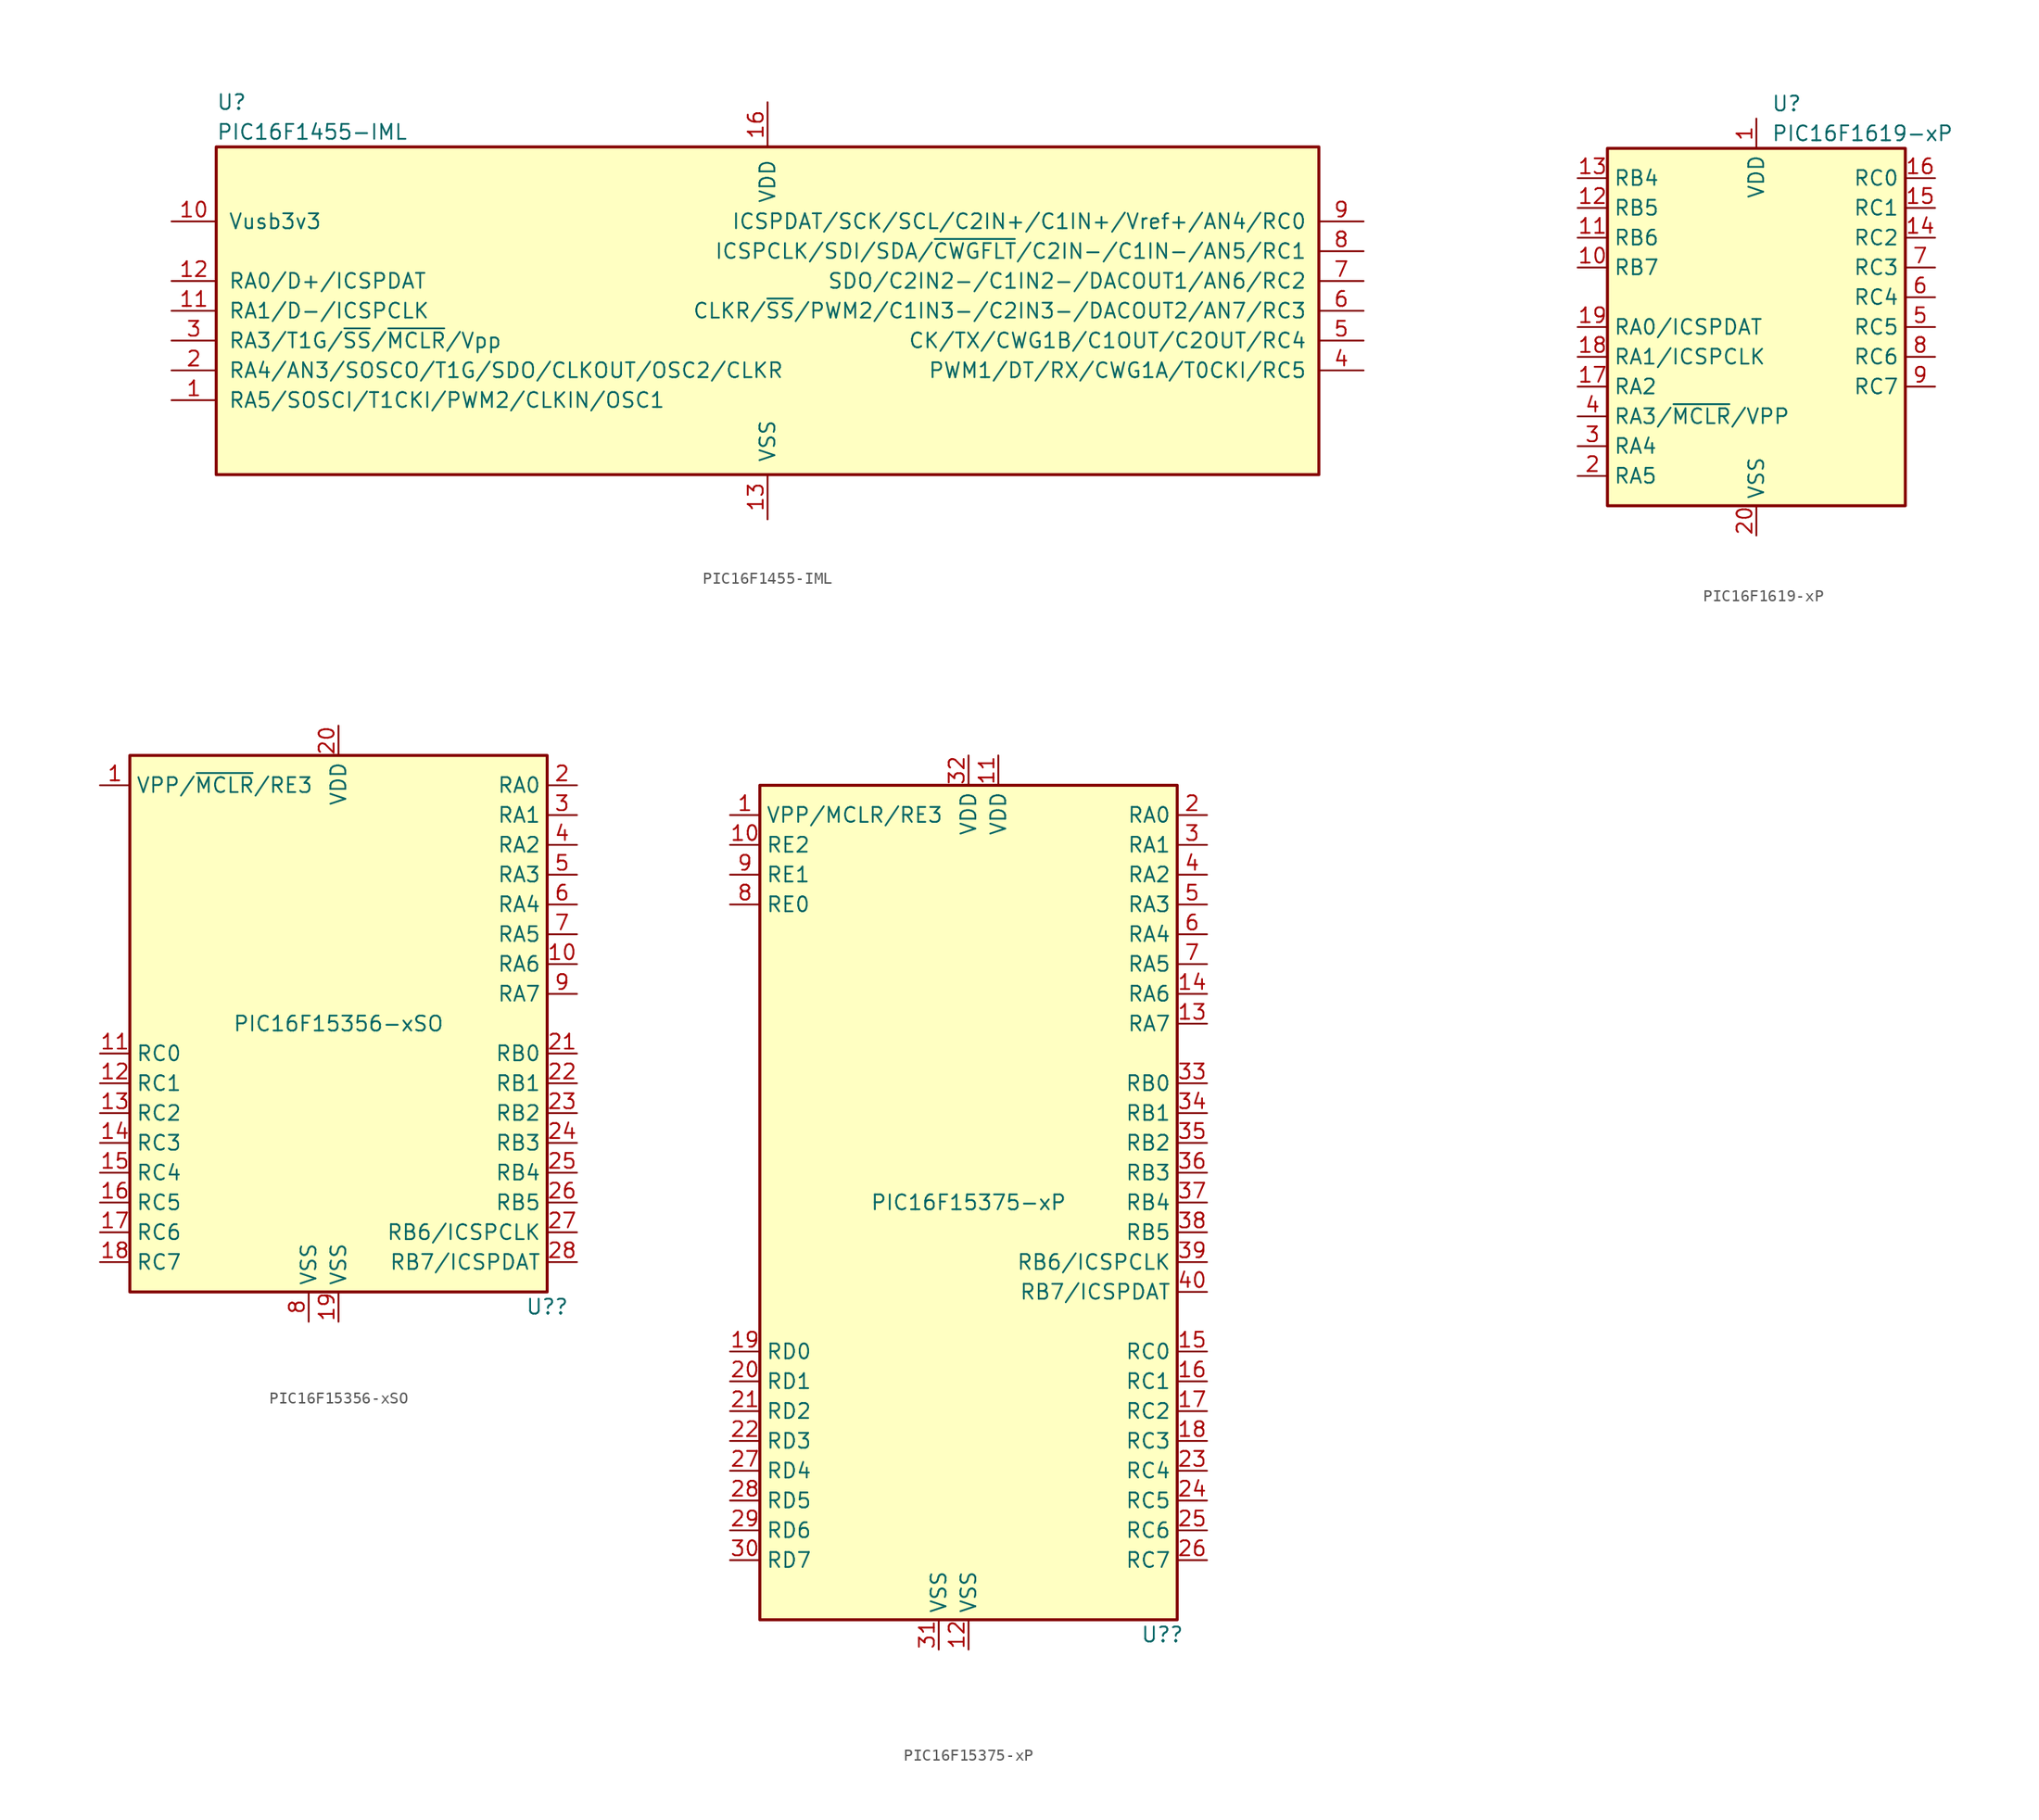
<source format=kicad_sym>
(kicad_symbol_lib
  (version 20201005)
  (generator kicad_symbol_editor)
  (symbol "PIC16F1455-IML"
    (pin_names
      (offset 1.016))
    (property "Reference" "U"
      (at -46.99 17.78 0)
      (effects (font (size 1.27 1.27)) (justify left)))
    (property "Value" "PIC16F1455-IML"
      (at -46.99 15.24 0)
      (effects (font (size 1.27 1.27)) (justify left)))
    (symbol "PIC16F1455-IML_0_1"
      (rectangle (start -46.99 13.97) (end 46.99 -13.97) (stroke (width 0.254)) (fill (type background))))
    (symbol "PIC16F1455-IML_1_1"
      (pin bidirectional line (at -50.8 -7.62 0) (length 3.81) (name "RA5/SOSCI/T1CKI/PWM2/CLKIN/OSC1" (effects (font (size 1.27 1.27)))) (number "1" (effects (font (size 1.27 1.27)))))
      (pin bidirectional line (at -50.8 7.62 0) (length 3.81) (name "Vusb3v3" (effects (font (size 1.27 1.27)))) (number "10" (effects (font (size 1.27 1.27)))))
      (pin bidirectional line (at -50.8 0 0) (length 3.81) (name "RA1/D-/ICSPCLK" (effects (font (size 1.27 1.27)))) (number "11" (effects (font (size 1.27 1.27)))))
      (pin bidirectional line (at -50.8 2.54 0) (length 3.81) (name "RA0/D+/ICSPDAT" (effects (font (size 1.27 1.27)))) (number "12" (effects (font (size 1.27 1.27)))))
      (pin power_in line (at 0 -17.78 90) (length 3.81) (name "VSS" (effects (font (size 1.27 1.27)))) (number "13" (effects (font (size 1.27 1.27)))))
      (pin power_in line (at 0 17.78 270) (length 3.81) (name "VDD" (effects (font (size 1.27 1.27)))) (number "16" (effects (font (size 1.27 1.27)))))
      (pin bidirectional line (at -50.8 -5.08 0) (length 3.81) (name "RA4/AN3/SOSCO/T1G/SDO/CLKOUT/OSC2/CLKR" (effects (font (size 1.27 1.27)))) (number "2" (effects (font (size 1.27 1.27)))))
      (pin input line (at -50.8 -2.54 0) (length 3.81) (name "RA3/T1G/~SS~/~MCLR~/Vpp" (effects (font (size 1.27 1.27)))) (number "3" (effects (font (size 1.27 1.27)))))
      (pin bidirectional line (at 50.8 -5.08 180) (length 3.81) (name "PWM1/DT/RX/CWG1A/T0CKI/RC5" (effects (font (size 1.27 1.27)))) (number "4" (effects (font (size 1.27 1.27)))))
      (pin bidirectional line (at 50.8 -2.54 180) (length 3.81) (name "CK/TX/CWG1B/C1OUT/C2OUT/RC4" (effects (font (size 1.27 1.27)))) (number "5" (effects (font (size 1.27 1.27)))))
      (pin bidirectional line (at 50.8 0 180) (length 3.81) (name "CLKR/~SS~/PWM2/C1IN3-/C2IN3-/DACOUT2/AN7/RC3" (effects (font (size 1.27 1.27)))) (number "6" (effects (font (size 1.27 1.27)))))
      (pin bidirectional line (at 50.8 2.54 180) (length 3.81) (name "SDO/C2IN2-/C1IN2-/DACOUT1/AN6/RC2" (effects (font (size 1.27 1.27)))) (number "7" (effects (font (size 1.27 1.27)))))
      (pin bidirectional line (at 50.8 5.08 180) (length 3.81) (name "ICSPCLK/SDI/SDA/~CWGFLT~/C2IN-/C1IN-/AN5/RC1" (effects (font (size 1.27 1.27)))) (number "8" (effects (font (size 1.27 1.27)))))
      (pin bidirectional line (at 50.8 7.62 180) (length 3.81) (name "ICSPDAT/SCK/SCL/C2IN+/C1IN+/Vref+/AN4/RC0" (effects (font (size 1.27 1.27)))) (number "9" (effects (font (size 1.27 1.27)))))))
  (symbol "PIC16F1619-xP"
    (property "Reference" "U"
      (at 1.27 19.05 0)
      (effects (font (size 1.27 1.27)) (justify left)))
    (property "Value" "PIC16F1619-xP"
      (at 1.27 16.51 0)
      (effects (font (size 1.27 1.27)) (justify left)))
    (symbol "PIC16F1619-xP_0_1"
      (rectangle (start -12.7 15.24) (end 12.7 -15.24) (stroke (width 0.254)) (fill (type background))))
    (symbol "PIC16F1619-xP_1_1"
      (pin power_in line (at 0 17.78 270) (length 2.54) (name "VDD" (effects (font (size 1.27 1.27)))) (number "1" (effects (font (size 1.27 1.27)))))
      (pin bidirectional line (at -15.24 5.08 0) (length 2.54) (name "RB7" (effects (font (size 1.27 1.27)))) (number "10" (effects (font (size 1.27 1.27)))))
      (pin bidirectional line (at -15.24 7.62 0) (length 2.54) (name "RB6" (effects (font (size 1.27 1.27)))) (number "11" (effects (font (size 1.27 1.27)))))
      (pin bidirectional line (at -15.24 10.16 0) (length 2.54) (name "RB5" (effects (font (size 1.27 1.27)))) (number "12" (effects (font (size 1.27 1.27)))))
      (pin bidirectional line (at -15.24 12.7 0) (length 2.54) (name "RB4" (effects (font (size 1.27 1.27)))) (number "13" (effects (font (size 1.27 1.27)))))
      (pin bidirectional line (at 15.24 7.62 180) (length 2.54) (name "RC2" (effects (font (size 1.27 1.27)))) (number "14" (effects (font (size 1.27 1.27)))))
      (pin bidirectional line (at 15.24 10.16 180) (length 2.54) (name "RC1" (effects (font (size 1.27 1.27)))) (number "15" (effects (font (size 1.27 1.27)))))
      (pin bidirectional line (at 15.24 12.7 180) (length 2.54) (name "RC0" (effects (font (size 1.27 1.27)))) (number "16" (effects (font (size 1.27 1.27)))))
      (pin bidirectional line (at -15.24 -5.08 0) (length 2.54) (name "RA2" (effects (font (size 1.27 1.27)))) (number "17" (effects (font (size 1.27 1.27)))))
      (pin bidirectional line (at -15.24 -2.54 0) (length 2.54) (name "RA1/ICSPCLK" (effects (font (size 1.27 1.27)))) (number "18" (effects (font (size 1.27 1.27)))))
      (pin bidirectional line (at -15.24 0 0) (length 2.54) (name "RA0/ICSPDAT" (effects (font (size 1.27 1.27)))) (number "19" (effects (font (size 1.27 1.27)))))
      (pin bidirectional line (at -15.24 -12.7 0) (length 2.54) (name "RA5" (effects (font (size 1.27 1.27)))) (number "2" (effects (font (size 1.27 1.27)))))
      (pin power_in line (at 0 -17.78 90) (length 2.54) (name "VSS" (effects (font (size 1.27 1.27)))) (number "20" (effects (font (size 1.27 1.27)))))
      (pin bidirectional line (at -15.24 -10.16 0) (length 2.54) (name "RA4" (effects (font (size 1.27 1.27)))) (number "3" (effects (font (size 1.27 1.27)))))
      (pin bidirectional line (at -15.24 -7.62 0) (length 2.54) (name "RA3/~MCLR~/VPP" (effects (font (size 1.27 1.27)))) (number "4" (effects (font (size 1.27 1.27)))))
      (pin bidirectional line (at 15.24 0 180) (length 2.54) (name "RC5" (effects (font (size 1.27 1.27)))) (number "5" (effects (font (size 1.27 1.27)))))
      (pin bidirectional line (at 15.24 2.54 180) (length 2.54) (name "RC4" (effects (font (size 1.27 1.27)))) (number "6" (effects (font (size 1.27 1.27)))))
      (pin bidirectional line (at 15.24 5.08 180) (length 2.54) (name "RC3" (effects (font (size 1.27 1.27)))) (number "7" (effects (font (size 1.27 1.27)))))
      (pin bidirectional line (at 15.24 -2.54 180) (length 2.54) (name "RC6" (effects (font (size 1.27 1.27)))) (number "8" (effects (font (size 1.27 1.27)))))
      (pin bidirectional line (at 15.24 -5.08 180) (length 2.54) (name "RC7" (effects (font (size 1.27 1.27)))) (number "9" (effects (font (size 1.27 1.27)))))))
  (symbol "PIC16F15356-xSO"
    (property "Reference" "U?"
      (at 17.78 -24.13 0)
      (effects (font (size 1.27 1.27))))
    (property "Value" "PIC16F15356-xSO"
      (at 0 0 0)
      (effects (font (size 1.27 1.27))))
    (symbol "PIC16F15356-xSO_0_1"
      (rectangle (start 17.78 22.86) (end -17.78 -22.86) (stroke (width 0.254)) (fill (type background))))
    (symbol "PIC16F15356-xSO_1_1"
      (pin bidirectional line (at -20.32 20.32 0) (length 2.54) (name "VPP/~MCLR~/RE3" (effects (font (size 1.27 1.27)))) (number "1" (effects (font (size 1.27 1.27)))))
      (pin bidirectional line (at 20.32 5.08 180) (length 2.54) (name "RA6" (effects (font (size 1.27 1.27)))) (number "10" (effects (font (size 1.27 1.27)))))
      (pin bidirectional line (at -20.32 -2.54 0) (length 2.54) (name "RC0" (effects (font (size 1.27 1.27)))) (number "11" (effects (font (size 1.27 1.27)))))
      (pin bidirectional line (at -20.32 -5.08 0) (length 2.54) (name "RC1" (effects (font (size 1.27 1.27)))) (number "12" (effects (font (size 1.27 1.27)))))
      (pin bidirectional line (at -20.32 -7.62 0) (length 2.54) (name "RC2" (effects (font (size 1.27 1.27)))) (number "13" (effects (font (size 1.27 1.27)))))
      (pin bidirectional line (at -20.32 -10.16 0) (length 2.54) (name "RC3" (effects (font (size 1.27 1.27)))) (number "14" (effects (font (size 1.27 1.27)))))
      (pin bidirectional line (at -20.32 -12.7 0) (length 2.54) (name "RC4" (effects (font (size 1.27 1.27)))) (number "15" (effects (font (size 1.27 1.27)))))
      (pin bidirectional line (at -20.32 -15.24 0) (length 2.54) (name "RC5" (effects (font (size 1.27 1.27)))) (number "16" (effects (font (size 1.27 1.27)))))
      (pin bidirectional line (at -20.32 -17.78 0) (length 2.54) (name "RC6" (effects (font (size 1.27 1.27)))) (number "17" (effects (font (size 1.27 1.27)))))
      (pin bidirectional line (at -20.32 -20.32 0) (length 2.54) (name "RC7" (effects (font (size 1.27 1.27)))) (number "18" (effects (font (size 1.27 1.27)))))
      (pin power_in line (at 0 -25.4 90) (length 2.54) (name "VSS" (effects (font (size 1.27 1.27)))) (number "19" (effects (font (size 1.27 1.27)))))
      (pin bidirectional line (at 20.32 20.32 180) (length 2.54) (name "RA0" (effects (font (size 1.27 1.27)))) (number "2" (effects (font (size 1.27 1.27)))))
      (pin power_in line (at 0 25.4 270) (length 2.54) (name "VDD" (effects (font (size 1.27 1.27)))) (number "20" (effects (font (size 1.27 1.27)))))
      (pin bidirectional line (at 20.32 -2.54 180) (length 2.54) (name "RB0" (effects (font (size 1.27 1.27)))) (number "21" (effects (font (size 1.27 1.27)))))
      (pin bidirectional line (at 20.32 -5.08 180) (length 2.54) (name "RB1" (effects (font (size 1.27 1.27)))) (number "22" (effects (font (size 1.27 1.27)))))
      (pin bidirectional line (at 20.32 -7.62 180) (length 2.54) (name "RB2" (effects (font (size 1.27 1.27)))) (number "23" (effects (font (size 1.27 1.27)))))
      (pin bidirectional line (at 20.32 -10.16 180) (length 2.54) (name "RB3" (effects (font (size 1.27 1.27)))) (number "24" (effects (font (size 1.27 1.27)))))
      (pin bidirectional line (at 20.32 -12.7 180) (length 2.54) (name "RB4" (effects (font (size 1.27 1.27)))) (number "25" (effects (font (size 1.27 1.27)))))
      (pin bidirectional line (at 20.32 -15.24 180) (length 2.54) (name "RB5" (effects (font (size 1.27 1.27)))) (number "26" (effects (font (size 1.27 1.27)))))
      (pin bidirectional line (at 20.32 -17.78 180) (length 2.54) (name "RB6/ICSPCLK" (effects (font (size 1.27 1.27)))) (number "27" (effects (font (size 1.27 1.27)))))
      (pin bidirectional line (at 20.32 -20.32 180) (length 2.54) (name "RB7/ICSPDAT" (effects (font (size 1.27 1.27)))) (number "28" (effects (font (size 1.27 1.27)))))
      (pin bidirectional line (at 20.32 17.78 180) (length 2.54) (name "RA1" (effects (font (size 1.27 1.27)))) (number "3" (effects (font (size 1.27 1.27)))))
      (pin bidirectional line (at 20.32 15.24 180) (length 2.54) (name "RA2" (effects (font (size 1.27 1.27)))) (number "4" (effects (font (size 1.27 1.27)))))
      (pin bidirectional line (at 20.32 12.7 180) (length 2.54) (name "RA3" (effects (font (size 1.27 1.27)))) (number "5" (effects (font (size 1.27 1.27)))))
      (pin bidirectional line (at 20.32 10.16 180) (length 2.54) (name "RA4" (effects (font (size 1.27 1.27)))) (number "6" (effects (font (size 1.27 1.27)))))
      (pin bidirectional line (at 20.32 7.62 180) (length 2.54) (name "RA5" (effects (font (size 1.27 1.27)))) (number "7" (effects (font (size 1.27 1.27)))))
      (pin power_in line (at -2.54 -25.4 90) (length 2.54) (name "VSS" (effects (font (size 1.27 1.27)))) (number "8" (effects (font (size 1.27 1.27)))))
      (pin bidirectional line (at 20.32 2.54 180) (length 2.54) (name "RA7" (effects (font (size 1.27 1.27)))) (number "9" (effects (font (size 1.27 1.27)))))))
  (symbol "PIC16F15375-xP"
    (property "Reference" "U?"
      (at 16.51 -36.83 0)
      (effects (font (size 1.27 1.27))))
    (property "Value" "PIC16F15375-xP"
      (at 0 0 0)
      (effects (font (size 1.27 1.27))))
    (symbol "PIC16F15375-xP_0_1"
      (rectangle (start -17.78 35.56) (end 17.78 -35.56) (stroke (width 0.254)) (fill (type background))))
    (symbol "PIC16F15375-xP_1_1"
      (pin bidirectional line (at -20.32 33.02 0) (length 2.54) (name "VPP/MCLR/RE3" (effects (font (size 1.27 1.27)))) (number "1" (effects (font (size 1.27 1.27)))))
      (pin bidirectional line (at -20.32 30.48 0) (length 2.54) (name "RE2" (effects (font (size 1.27 1.27)))) (number "10" (effects (font (size 1.27 1.27)))))
      (pin power_in line (at 2.54 38.1 270) (length 2.54) (name "VDD" (effects (font (size 1.27 1.27)))) (number "11" (effects (font (size 1.27 1.27)))))
      (pin power_in line (at 0 -38.1 90) (length 2.54) (name "VSS" (effects (font (size 1.27 1.27)))) (number "12" (effects (font (size 1.27 1.27)))))
      (pin bidirectional line (at 20.32 15.24 180) (length 2.54) (name "RA7" (effects (font (size 1.27 1.27)))) (number "13" (effects (font (size 1.27 1.27)))))
      (pin bidirectional line (at 20.32 17.78 180) (length 2.54) (name "RA6" (effects (font (size 1.27 1.27)))) (number "14" (effects (font (size 1.27 1.27)))))
      (pin bidirectional line (at 20.32 -12.7 180) (length 2.54) (name "RC0" (effects (font (size 1.27 1.27)))) (number "15" (effects (font (size 1.27 1.27)))))
      (pin bidirectional line (at 20.32 -15.24 180) (length 2.54) (name "RC1" (effects (font (size 1.27 1.27)))) (number "16" (effects (font (size 1.27 1.27)))))
      (pin bidirectional line (at 20.32 -17.78 180) (length 2.54) (name "RC2" (effects (font (size 1.27 1.27)))) (number "17" (effects (font (size 1.27 1.27)))))
      (pin bidirectional line (at 20.32 -20.32 180) (length 2.54) (name "RC3" (effects (font (size 1.27 1.27)))) (number "18" (effects (font (size 1.27 1.27)))))
      (pin bidirectional line (at -20.32 -12.7 0) (length 2.54) (name "RD0" (effects (font (size 1.27 1.27)))) (number "19" (effects (font (size 1.27 1.27)))))
      (pin bidirectional line (at 20.32 33.02 180) (length 2.54) (name "RA0" (effects (font (size 1.27 1.27)))) (number "2" (effects (font (size 1.27 1.27)))))
      (pin bidirectional line (at -20.32 -15.24 0) (length 2.54) (name "RD1" (effects (font (size 1.27 1.27)))) (number "20" (effects (font (size 1.27 1.27)))))
      (pin bidirectional line (at -20.32 -17.78 0) (length 2.54) (name "RD2" (effects (font (size 1.27 1.27)))) (number "21" (effects (font (size 1.27 1.27)))))
      (pin bidirectional line (at -20.32 -20.32 0) (length 2.54) (name "RD3" (effects (font (size 1.27 1.27)))) (number "22" (effects (font (size 1.27 1.27)))))
      (pin bidirectional line (at 20.32 -22.86 180) (length 2.54) (name "RC4" (effects (font (size 1.27 1.27)))) (number "23" (effects (font (size 1.27 1.27)))))
      (pin bidirectional line (at 20.32 -25.4 180) (length 2.54) (name "RC5" (effects (font (size 1.27 1.27)))) (number "24" (effects (font (size 1.27 1.27)))))
      (pin bidirectional line (at 20.32 -27.94 180) (length 2.54) (name "RC6" (effects (font (size 1.27 1.27)))) (number "25" (effects (font (size 1.27 1.27)))))
      (pin bidirectional line (at 20.32 -30.48 180) (length 2.54) (name "RC7" (effects (font (size 1.27 1.27)))) (number "26" (effects (font (size 1.27 1.27)))))
      (pin bidirectional line (at -20.32 -22.86 0) (length 2.54) (name "RD4" (effects (font (size 1.27 1.27)))) (number "27" (effects (font (size 1.27 1.27)))))
      (pin bidirectional line (at -20.32 -25.4 0) (length 2.54) (name "RD5" (effects (font (size 1.27 1.27)))) (number "28" (effects (font (size 1.27 1.27)))))
      (pin bidirectional line (at -20.32 -27.94 0) (length 2.54) (name "RD6" (effects (font (size 1.27 1.27)))) (number "29" (effects (font (size 1.27 1.27)))))
      (pin bidirectional line (at 20.32 30.48 180) (length 2.54) (name "RA1" (effects (font (size 1.27 1.27)))) (number "3" (effects (font (size 1.27 1.27)))))
      (pin bidirectional line (at -20.32 -30.48 0) (length 2.54) (name "RD7" (effects (font (size 1.27 1.27)))) (number "30" (effects (font (size 1.27 1.27)))))
      (pin power_in line (at -2.54 -38.1 90) (length 2.54) (name "VSS" (effects (font (size 1.27 1.27)))) (number "31" (effects (font (size 1.27 1.27)))))
      (pin power_in line (at 0 38.1 270) (length 2.54) (name "VDD" (effects (font (size 1.27 1.27)))) (number "32" (effects (font (size 1.27 1.27)))))
      (pin bidirectional line (at 20.32 10.16 180) (length 2.54) (name "RB0" (effects (font (size 1.27 1.27)))) (number "33" (effects (font (size 1.27 1.27)))))
      (pin bidirectional line (at 20.32 7.62 180) (length 2.54) (name "RB1" (effects (font (size 1.27 1.27)))) (number "34" (effects (font (size 1.27 1.27)))))
      (pin bidirectional line (at 20.32 5.08 180) (length 2.54) (name "RB2" (effects (font (size 1.27 1.27)))) (number "35" (effects (font (size 1.27 1.27)))))
      (pin bidirectional line (at 20.32 2.54 180) (length 2.54) (name "RB3" (effects (font (size 1.27 1.27)))) (number "36" (effects (font (size 1.27 1.27)))))
      (pin bidirectional line (at 20.32 0 180) (length 2.54) (name "RB4" (effects (font (size 1.27 1.27)))) (number "37" (effects (font (size 1.27 1.27)))))
      (pin bidirectional line (at 20.32 -2.54 180) (length 2.54) (name "RB5" (effects (font (size 1.27 1.27)))) (number "38" (effects (font (size 1.27 1.27)))))
      (pin bidirectional line (at 20.32 -5.08 180) (length 2.54) (name "RB6/ICSPCLK" (effects (font (size 1.27 1.27)))) (number "39" (effects (font (size 1.27 1.27)))))
      (pin bidirectional line (at 20.32 27.94 180) (length 2.54) (name "RA2" (effects (font (size 1.27 1.27)))) (number "4" (effects (font (size 1.27 1.27)))))
      (pin bidirectional line (at 20.32 -7.62 180) (length 2.54) (name "RB7/ICSPDAT" (effects (font (size 1.27 1.27)))) (number "40" (effects (font (size 1.27 1.27)))))
      (pin bidirectional line (at 20.32 25.4 180) (length 2.54) (name "RA3" (effects (font (size 1.27 1.27)))) (number "5" (effects (font (size 1.27 1.27)))))
      (pin bidirectional line (at 20.32 22.86 180) (length 2.54) (name "RA4" (effects (font (size 1.27 1.27)))) (number "6" (effects (font (size 1.27 1.27)))))
      (pin bidirectional line (at 20.32 20.32 180) (length 2.54) (name "RA5" (effects (font (size 1.27 1.27)))) (number "7" (effects (font (size 1.27 1.27)))))
      (pin bidirectional line (at -20.32 25.4 0) (length 2.54) (name "RE0" (effects (font (size 1.27 1.27)))) (number "8" (effects (font (size 1.27 1.27)))))
      (pin bidirectional line (at -20.32 27.94 0) (length 2.54) (name "RE1" (effects (font (size 1.27 1.27)))) (number "9" (effects (font (size 1.27 1.27))))))))
</source>
